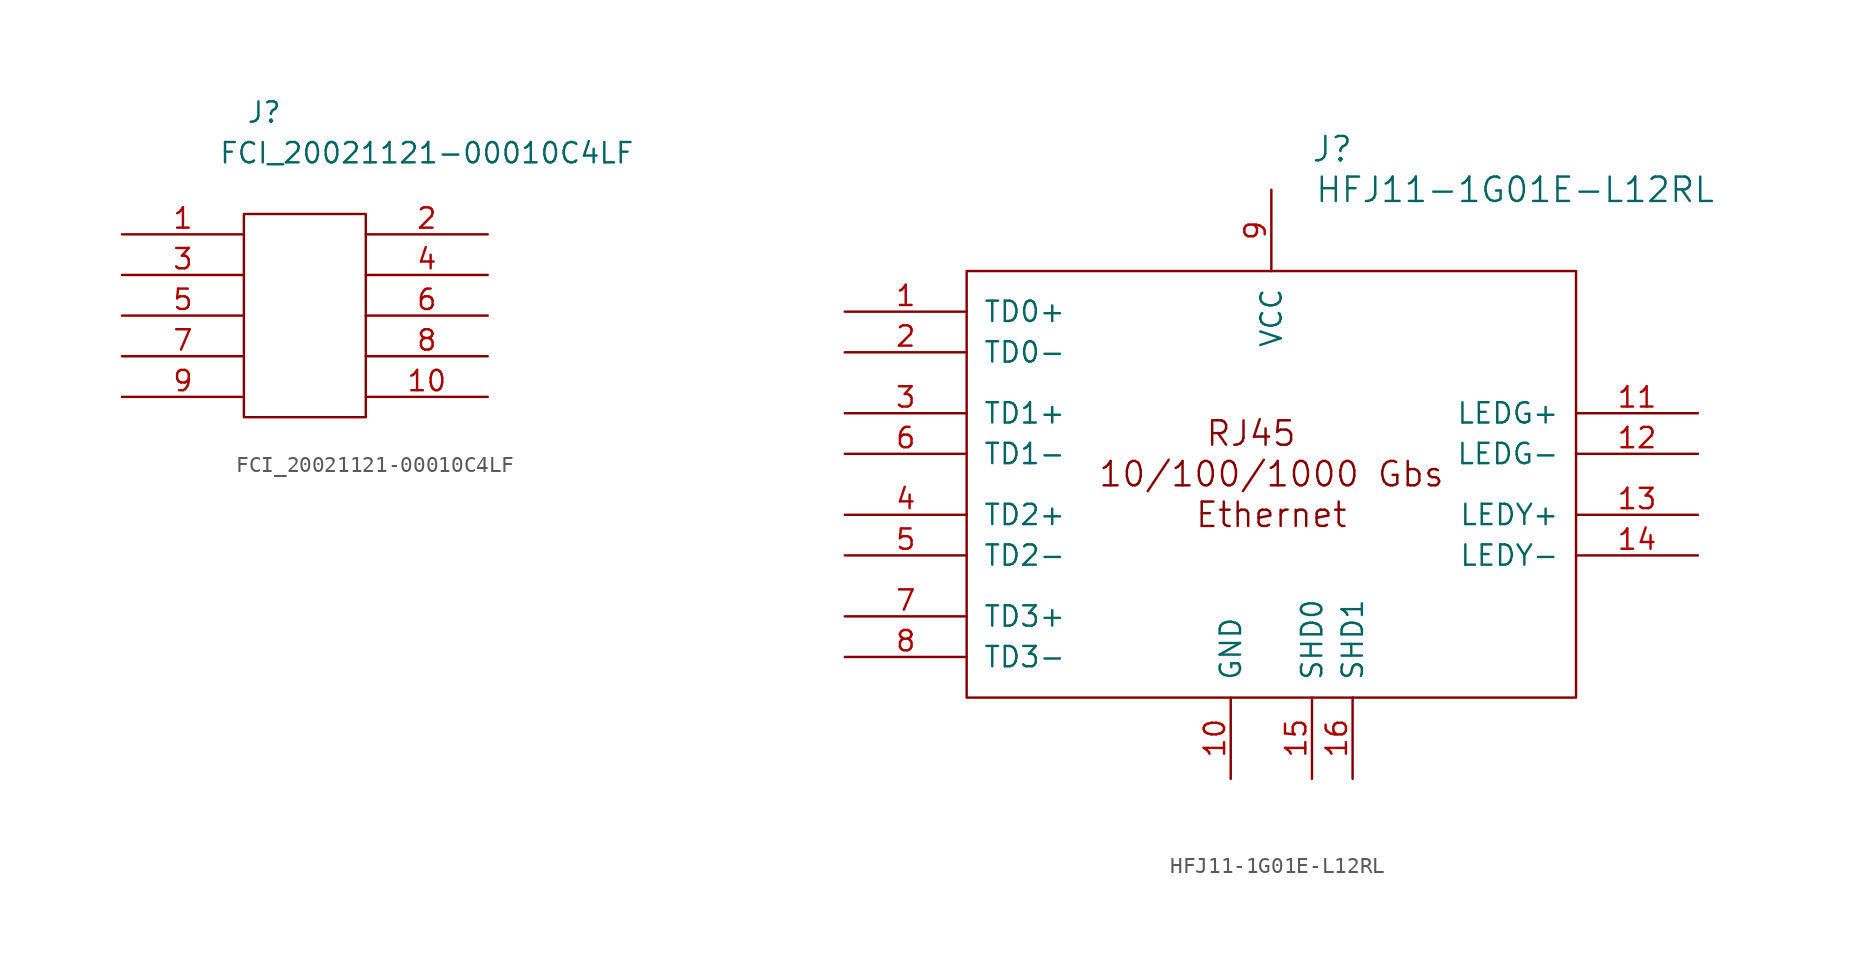
<source format=kicad_sym>
(kicad_symbol_lib
  (version 20230620)
  (generator kicad_symbol_editor)
  (symbol "FCI_20021121-00010C4LF"
    (pin_names
      (offset 1.016) hide)
    (property "Reference" "J"
      (at 8.89 7.62 0)
      (effects (font (size 1.27 1.27))))
    (property "Value" "FCI_20021121-00010C4LF"
      (at 19.05 5.08 0)
      (effects (font (size 1.27 1.27))))
    (property "Datasheet" ""
      (at 0 0 0)
      (effects (font (size 1.27 1.27))))
    (symbol "FCI_20021121-00010C4LF_0_1"
      (rectangle (start 7.62 1.27) (end 15.24 -11.43) (stroke (width 0) (type default)) (fill (type none))))
    (symbol "FCI_20021121-00010C4LF_1_1"
      (pin passive line (at 0 0 0) (length 7.62) (name "1" (effects (font (size 1.27 1.27)))) (number "1" (effects (font (size 1.27 1.27)))))
      (pin passive line (at 22.86 -10.16 180) (length 7.62) (name "10" (effects (font (size 1.27 1.27)))) (number "10" (effects (font (size 1.27 1.27)))))
      (pin passive line (at 22.86 0 180) (length 7.62) (name "2" (effects (font (size 1.27 1.27)))) (number "2" (effects (font (size 1.27 1.27)))))
      (pin passive line (at 0 -2.54 0) (length 7.62) (name "3" (effects (font (size 1.27 1.27)))) (number "3" (effects (font (size 1.27 1.27)))))
      (pin passive line (at 22.86 -2.54 180) (length 7.62) (name "4" (effects (font (size 1.27 1.27)))) (number "4" (effects (font (size 1.27 1.27)))))
      (pin passive line (at 0 -5.08 0) (length 7.62) (name "5" (effects (font (size 1.27 1.27)))) (number "5" (effects (font (size 1.27 1.27)))))
      (pin passive line (at 22.86 -5.08 180) (length 7.62) (name "6" (effects (font (size 1.27 1.27)))) (number "6" (effects (font (size 1.27 1.27)))))
      (pin passive line (at 0 -7.62 0) (length 7.62) (name "7" (effects (font (size 1.27 1.27)))) (number "7" (effects (font (size 1.27 1.27)))))
      (pin passive line (at 22.86 -7.62 180) (length 7.62) (name "8" (effects (font (size 1.27 1.27)))) (number "8" (effects (font (size 1.27 1.27)))))
      (pin passive line (at 0 -10.16 0) (length 7.62) (name "9" (effects (font (size 1.27 1.27)))) (number "9" (effects (font (size 1.27 1.27)))))))
  (symbol "HFJ11-1G01E-L12RL"
    (pin_names
      (offset 1.016))
    (property "Reference" "J"
      (at 30.48 10.16 0)
      (effects (font (size 1.524 1.524))))
    (property "Value" "HFJ11-1G01E-L12RL"
      (at 41.91 7.62 0)
      (effects (font (size 1.524 1.524))))
    (property "Datasheet" ""
      (at 0 0 0)
      (effects (font (size 1.524 1.524))))
    (symbol "HFJ11-1G01E-L12RL_0_0"
      (rectangle (start 7.62 2.54) (end 45.72 -24.13) (stroke (width 0) (type default)) (fill (type none)))
      (text "10/100/1000 Gbs" (at 26.67 -10.16 0) (effects (font (size 1.524 1.524))))
      (text "Ethernet" (at 26.67 -12.7 0) (effects (font (size 1.524 1.524))))
      (text "RJ45" (at 25.4 -7.62 0) (effects (font (size 1.524 1.524)))))
    (symbol "HFJ11-1G01E-L12RL_1_1"
      (pin passive line (at 0 0 0) (length 7.62) (name "TD0+" (effects (font (size 1.27 1.27)))) (number "1" (effects (font (size 1.27 1.27)))))
      (pin power_out line (at 24.13 -29.21 90) (length 5.08) (name "GND" (effects (font (size 1.27 1.27)))) (number "10" (effects (font (size 1.27 1.27)))))
      (pin passive line (at 53.34 -6.35 180) (length 7.62) (name "LEDG+" (effects (font (size 1.27 1.27)))) (number "11" (effects (font (size 1.27 1.27)))))
      (pin passive line (at 53.34 -8.89 180) (length 7.62) (name "LEDG-" (effects (font (size 1.27 1.27)))) (number "12" (effects (font (size 1.27 1.27)))))
      (pin passive line (at 53.34 -12.7 180) (length 7.62) (name "LEDY+" (effects (font (size 1.27 1.27)))) (number "13" (effects (font (size 1.27 1.27)))))
      (pin passive line (at 53.34 -15.24 180) (length 7.62) (name "LEDY-" (effects (font (size 1.27 1.27)))) (number "14" (effects (font (size 1.27 1.27)))))
      (pin power_out line (at 29.21 -29.21 90) (length 5.08) (name "SHD0" (effects (font (size 1.27 1.27)))) (number "15" (effects (font (size 1.27 1.27)))))
      (pin power_out line (at 31.75 -29.21 90) (length 5.08) (name "SHD1" (effects (font (size 1.27 1.27)))) (number "16" (effects (font (size 1.27 1.27)))))
      (pin passive line (at 0 -2.54 0) (length 7.62) (name "TD0-" (effects (font (size 1.27 1.27)))) (number "2" (effects (font (size 1.27 1.27)))))
      (pin passive line (at 0 -6.35 0) (length 7.62) (name "TD1+" (effects (font (size 1.27 1.27)))) (number "3" (effects (font (size 1.27 1.27)))))
      (pin passive line (at 0 -12.7 0) (length 7.62) (name "TD2+" (effects (font (size 1.27 1.27)))) (number "4" (effects (font (size 1.27 1.27)))))
      (pin passive line (at 0 -15.24 0) (length 7.62) (name "TD2-" (effects (font (size 1.27 1.27)))) (number "5" (effects (font (size 1.27 1.27)))))
      (pin passive line (at 0 -8.89 0) (length 7.62) (name "TD1-" (effects (font (size 1.27 1.27)))) (number "6" (effects (font (size 1.27 1.27)))))
      (pin passive line (at 0 -19.05 0) (length 7.62) (name "TD3+" (effects (font (size 1.27 1.27)))) (number "7" (effects (font (size 1.27 1.27)))))
      (pin passive line (at 0 -21.59 0) (length 7.62) (name "TD3-" (effects (font (size 1.27 1.27)))) (number "8" (effects (font (size 1.27 1.27)))))
      (pin power_out line (at 26.67 7.62 270) (length 5.08) (name "VCC" (effects (font (size 1.27 1.27)))) (number "9" (effects (font (size 1.27 1.27))))))))
</source>
